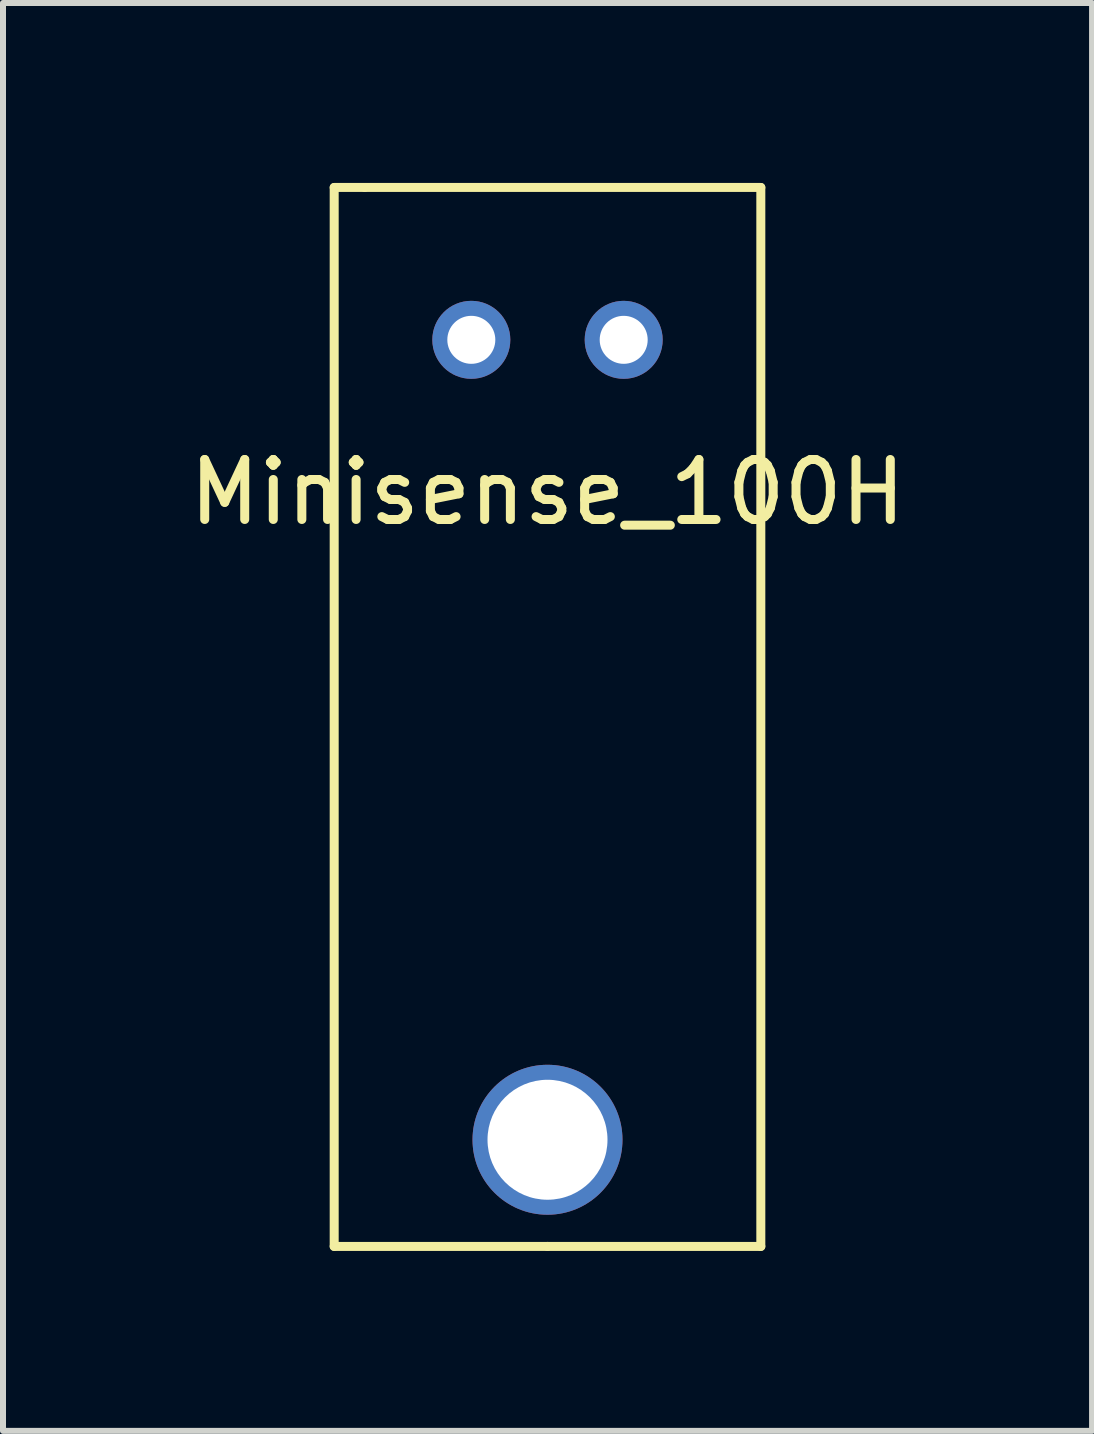
<source format=kicad_pcb>
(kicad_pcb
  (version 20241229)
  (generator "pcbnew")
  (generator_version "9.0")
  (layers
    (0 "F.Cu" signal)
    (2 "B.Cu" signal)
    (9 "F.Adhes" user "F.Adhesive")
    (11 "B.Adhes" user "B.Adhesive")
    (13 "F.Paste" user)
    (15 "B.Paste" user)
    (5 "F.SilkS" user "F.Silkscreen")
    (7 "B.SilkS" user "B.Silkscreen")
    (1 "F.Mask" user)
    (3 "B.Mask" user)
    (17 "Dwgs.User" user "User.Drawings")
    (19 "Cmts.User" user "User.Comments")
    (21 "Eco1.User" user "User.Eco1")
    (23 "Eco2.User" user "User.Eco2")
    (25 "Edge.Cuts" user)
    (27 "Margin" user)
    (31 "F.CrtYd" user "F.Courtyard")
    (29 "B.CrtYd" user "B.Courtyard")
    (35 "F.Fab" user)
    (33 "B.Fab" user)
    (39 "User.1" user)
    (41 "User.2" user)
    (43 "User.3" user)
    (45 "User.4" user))
  (footprint "Minisense_100H"
    (layer "F.Cu")
    (at 6.077 2.615)
    (property "Reference" "Minisense_100H" (at 0 2.54 0) (layer "F.SilkS") (effects (font (size 1 1) (thickness 0.15))))
    (attr through_hole)
    (fp_line (start -3.556 -2.54) (end -3.048 -2.54) (stroke (width 0.15) (type solid)) (layer "F.SilkS"))
    (fp_line (start -3.556 15.113) (end -3.556 -2.54) (stroke (width 0.15) (type solid)) (layer "F.SilkS"))
    (fp_line (start 0 15.113) (end -3.556 15.113) (stroke (width 0.15) (type solid)) (layer "F.SilkS"))
    (fp_line (start 0 15.113) (end 3.556 15.113) (stroke (width 0.15) (type solid)) (layer "F.SilkS"))
    (fp_line (start 3.556 -2.54) (end -3.048 -2.54) (stroke (width 0.15) (type solid)) (layer "F.SilkS"))
    (fp_line (start 3.556 15.113) (end 3.556 -2.54) (stroke (width 0.15) (type solid)) (layer "F.SilkS"))
    (pad "1" thru_hole circle (at -1.27 0) (size 1.3 1.3) (drill 0.8) (layers "*.Cu" "*.Mask"))
    (pad "2" thru_hole circle (at 1.27 0) (size 1.3 1.3) (drill 0.8) (layers "*.Cu" "*.Mask"))
    (pad "3" thru_hole circle (at 0 13.335) (size 2.5 2.5) (drill 2) (layers "*.Cu" "*.Mask")))
  (gr_rect
    (start -3 -3)
    (end 15.155 20.803)
    (stroke (width 0.1) (type default))
    (fill no)
    (layer "Edge.Cuts")))
</source>
